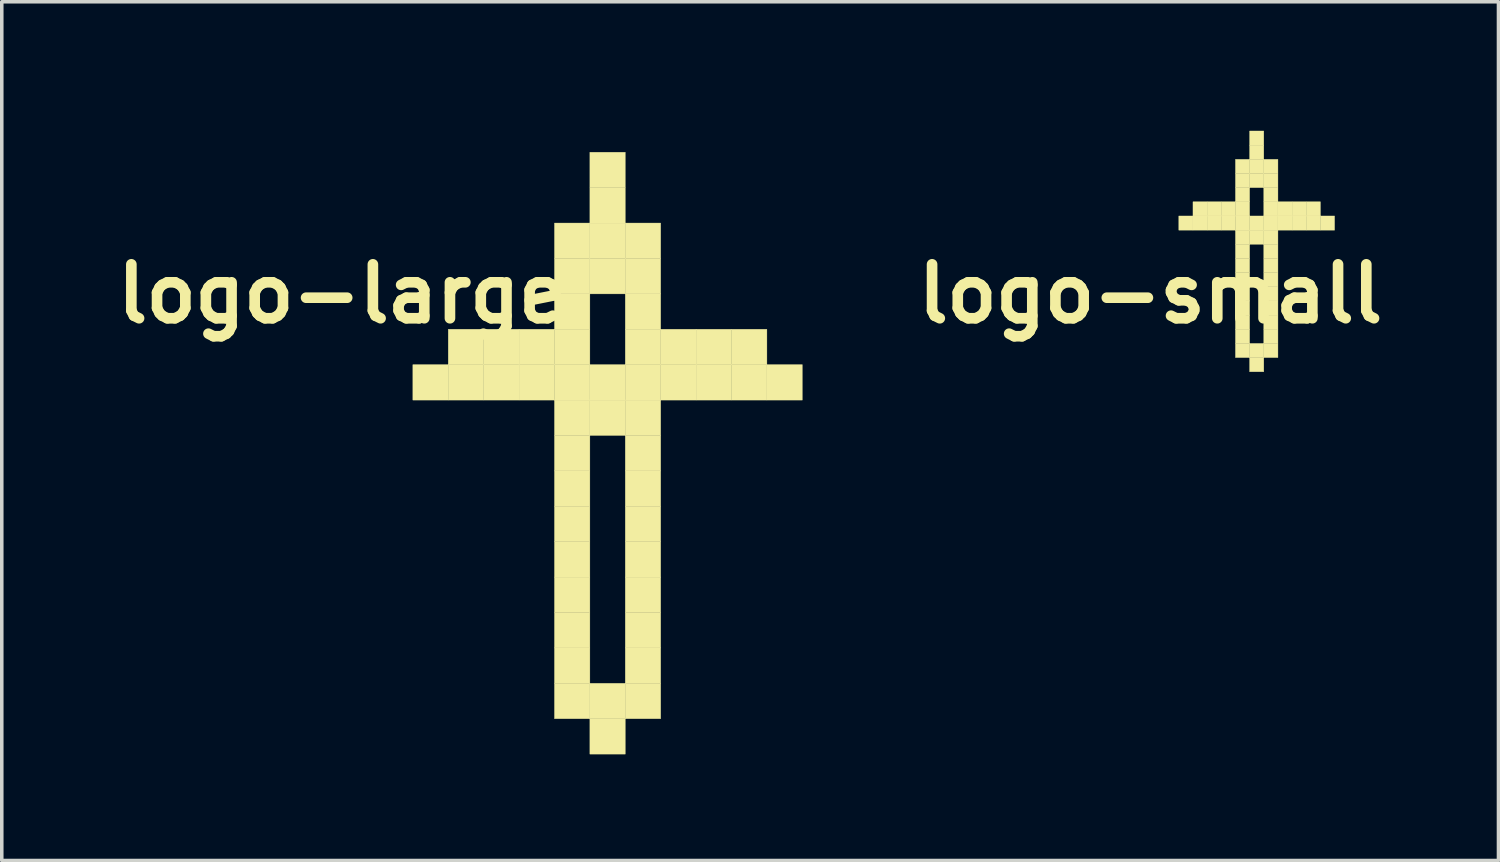
<source format=kicad_pcb>
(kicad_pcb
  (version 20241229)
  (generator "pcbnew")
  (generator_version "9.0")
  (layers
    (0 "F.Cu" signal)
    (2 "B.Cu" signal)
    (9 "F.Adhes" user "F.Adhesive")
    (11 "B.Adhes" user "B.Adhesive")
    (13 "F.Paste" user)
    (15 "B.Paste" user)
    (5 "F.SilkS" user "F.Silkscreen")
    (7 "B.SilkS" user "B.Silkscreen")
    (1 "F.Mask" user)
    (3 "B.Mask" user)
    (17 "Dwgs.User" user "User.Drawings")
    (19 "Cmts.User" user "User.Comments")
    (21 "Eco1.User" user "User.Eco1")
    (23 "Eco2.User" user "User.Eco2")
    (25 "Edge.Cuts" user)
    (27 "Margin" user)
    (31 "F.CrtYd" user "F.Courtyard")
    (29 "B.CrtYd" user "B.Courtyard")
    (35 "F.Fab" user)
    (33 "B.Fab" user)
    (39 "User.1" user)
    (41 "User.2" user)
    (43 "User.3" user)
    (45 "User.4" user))
  (footprint "logo-small"
    (layer "F.Cu")
    (at 29.445 0.25)
    (property "Reference" "logo-small" (at 0 5 0) (layer "F.SilkS") (effects (font (size 1.524 1.524) (thickness 0.3))))
    (attr through_hole)
    (fp_poly (pts (xy 0.8 2.8) (xy 1.2 2.8) (xy 1.2 3.2) (xy 0.8 3.2) (xy 0.8 2.8)) (stroke (width 0.01) (type solid)) (fill yes) (layer "F.SilkS"))
    (fp_poly (pts (xy 1.2 2.4) (xy 1.6 2.4) (xy 1.6 2.8) (xy 1.2 2.8) (xy 1.2 2.4)) (stroke (width 0.01) (type solid)) (fill yes) (layer "F.SilkS"))
    (fp_poly (pts (xy 1.2 2.8) (xy 1.6 2.8) (xy 1.6 3.2) (xy 1.2 3.2) (xy 1.2 2.8)) (stroke (width 0.01) (type solid)) (fill yes) (layer "F.SilkS"))
    (fp_poly (pts (xy 1.6 2.4) (xy 2 2.4) (xy 2 2.8) (xy 1.6 2.8) (xy 1.6 2.4)) (stroke (width 0.01) (type solid)) (fill yes) (layer "F.SilkS"))
    (fp_poly (pts (xy 1.6 2.8) (xy 2 2.8) (xy 2 3.2) (xy 1.6 3.2) (xy 1.6 2.8)) (stroke (width 0.01) (type solid)) (fill yes) (layer "F.SilkS"))
    (fp_poly (pts (xy 2 2.4) (xy 2.4 2.4) (xy 2.4 2.8) (xy 2 2.8) (xy 2 2.4)) (stroke (width 0.01) (type solid)) (fill yes) (layer "F.SilkS"))
    (fp_poly (pts (xy 2 2.8) (xy 2.4 2.8) (xy 2.4 3.2) (xy 2 3.2) (xy 2 2.8)) (stroke (width 0.01) (type solid)) (fill yes) (layer "F.SilkS"))
    (fp_poly (pts (xy 2.4 1.2) (xy 2.8 1.2) (xy 2.8 1.6) (xy 2.4 1.6) (xy 2.4 1.2)) (stroke (width 0.01) (type solid)) (fill yes) (layer "F.SilkS"))
    (fp_poly (pts (xy 2.4 1.6) (xy 2.8 1.6) (xy 2.8 2) (xy 2.4 2) (xy 2.4 1.6)) (stroke (width 0.01) (type solid)) (fill yes) (layer "F.SilkS"))
    (fp_poly (pts (xy 2.4 2) (xy 2.8 2) (xy 2.8 2.4) (xy 2.4 2.4) (xy 2.4 2)) (stroke (width 0.01) (type solid)) (fill yes) (layer "F.SilkS"))
    (fp_poly (pts (xy 2.4 2.4) (xy 2.8 2.4) (xy 2.8 2.8) (xy 2.4 2.8) (xy 2.4 2.4)) (stroke (width 0.01) (type solid)) (fill yes) (layer "F.SilkS"))
    (fp_poly (pts (xy 2.4 2.8) (xy 2.8 2.8) (xy 2.8 3.2) (xy 2.4 3.2) (xy 2.4 2.8)) (stroke (width 0.01) (type solid)) (fill yes) (layer "F.SilkS"))
    (fp_poly (pts (xy 2.4 3.2) (xy 2.8 3.2) (xy 2.8 3.6) (xy 2.4 3.6) (xy 2.4 3.2)) (stroke (width 0.01) (type solid)) (fill yes) (layer "F.SilkS"))
    (fp_poly (pts (xy 2.4 3.6) (xy 2.8 3.6) (xy 2.8 4) (xy 2.4 4) (xy 2.4 3.6)) (stroke (width 0.01) (type solid)) (fill yes) (layer "F.SilkS"))
    (fp_poly (pts (xy 2.4 4) (xy 2.8 4) (xy 2.8 4.4) (xy 2.4 4.4) (xy 2.4 4)) (stroke (width 0.01) (type solid)) (fill yes) (layer "F.SilkS"))
    (fp_poly (pts (xy 2.4 4.4) (xy 2.8 4.4) (xy 2.8 4.8) (xy 2.4 4.8) (xy 2.4 4.4)) (stroke (width 0.01) (type solid)) (fill yes) (layer "F.SilkS"))
    (fp_poly (pts (xy 2.4 4.8) (xy 2.8 4.8) (xy 2.8 5.2) (xy 2.4 5.2) (xy 2.4 4.8)) (stroke (width 0.01) (type solid)) (fill yes) (layer "F.SilkS"))
    (fp_poly (pts (xy 2.4 5.2) (xy 2.8 5.2) (xy 2.8 5.6) (xy 2.4 5.6) (xy 2.4 5.2)) (stroke (width 0.01) (type solid)) (fill yes) (layer "F.SilkS"))
    (fp_poly (pts (xy 2.4 5.6) (xy 2.8 5.6) (xy 2.8 6) (xy 2.4 6) (xy 2.4 5.6)) (stroke (width 0.01) (type solid)) (fill yes) (layer "F.SilkS"))
    (fp_poly (pts (xy 2.4 6) (xy 2.8 6) (xy 2.8 6.4) (xy 2.4 6.4) (xy 2.4 6)) (stroke (width 0.01) (type solid)) (fill yes) (layer "F.SilkS"))
    (fp_poly (pts (xy 2.4 6.4) (xy 2.8 6.4) (xy 2.8 6.8) (xy 2.4 6.8) (xy 2.4 6.4)) (stroke (width 0.01) (type solid)) (fill yes) (layer "F.SilkS"))
    (fp_poly (pts (xy 2.8 0.4) (xy 3.2 0.4) (xy 3.2 0.8) (xy 2.8 0.8) (xy 2.8 0.4)) (stroke (width 0.01) (type solid)) (fill yes) (layer "F.SilkS"))
    (fp_poly (pts (xy 2.8 0.8) (xy 3.2 0.8) (xy 3.2 1.2) (xy 2.8 1.2) (xy 2.8 0.8)) (stroke (width 0.01) (type solid)) (fill yes) (layer "F.SilkS"))
    (fp_poly (pts (xy 2.8 1.2) (xy 3.2 1.2) (xy 3.2 1.6) (xy 2.8 1.6) (xy 2.8 1.2)) (stroke (width 0.01) (type solid)) (fill yes) (layer "F.SilkS"))
    (fp_poly (pts (xy 2.8 1.6) (xy 3.2 1.6) (xy 3.2 2) (xy 2.8 2) (xy 2.8 1.6)) (stroke (width 0.01) (type solid)) (fill yes) (layer "F.SilkS"))
    (fp_poly (pts (xy 2.8 2.8) (xy 3.2 2.8) (xy 3.2 3.2) (xy 2.8 3.2) (xy 2.8 2.8)) (stroke (width 0.01) (type solid)) (fill yes) (layer "F.SilkS"))
    (fp_poly (pts (xy 2.8 3.2) (xy 3.2 3.2) (xy 3.2 3.6) (xy 2.8 3.6) (xy 2.8 3.2)) (stroke (width 0.01) (type solid)) (fill yes) (layer "F.SilkS"))
    (fp_poly (pts (xy 2.8 6.4) (xy 3.2 6.4) (xy 3.2 6.8) (xy 2.8 6.8) (xy 2.8 6.4)) (stroke (width 0.01) (type solid)) (fill yes) (layer "F.SilkS"))
    (fp_poly (pts (xy 2.8 6.8) (xy 3.2 6.8) (xy 3.2 7.2) (xy 2.8 7.2) (xy 2.8 6.8)) (stroke (width 0.01) (type solid)) (fill yes) (layer "F.SilkS"))
    (fp_poly (pts (xy 3.2 1.2) (xy 3.6 1.2) (xy 3.6 1.6) (xy 3.2 1.6) (xy 3.2 1.2)) (stroke (width 0.01) (type solid)) (fill yes) (layer "F.SilkS"))
    (fp_poly (pts (xy 3.2 1.6) (xy 3.6 1.6) (xy 3.6 2) (xy 3.2 2) (xy 3.2 1.6)) (stroke (width 0.01) (type solid)) (fill yes) (layer "F.SilkS"))
    (fp_poly (pts (xy 3.2 2) (xy 3.6 2) (xy 3.6 2.4) (xy 3.2 2.4) (xy 3.2 2)) (stroke (width 0.01) (type solid)) (fill yes) (layer "F.SilkS"))
    (fp_poly (pts (xy 3.2 2.4) (xy 3.6 2.4) (xy 3.6 2.8) (xy 3.2 2.8) (xy 3.2 2.4)) (stroke (width 0.01) (type solid)) (fill yes) (layer "F.SilkS"))
    (fp_poly (pts (xy 3.2 2.8) (xy 3.6 2.8) (xy 3.6 3.2) (xy 3.2 3.2) (xy 3.2 2.8)) (stroke (width 0.01) (type solid)) (fill yes) (layer "F.SilkS"))
    (fp_poly (pts (xy 3.2 3.2) (xy 3.6 3.2) (xy 3.6 3.6) (xy 3.2 3.6) (xy 3.2 3.2)) (stroke (width 0.01) (type solid)) (fill yes) (layer "F.SilkS"))
    (fp_poly (pts (xy 3.2 3.6) (xy 3.6 3.6) (xy 3.6 4) (xy 3.2 4) (xy 3.2 3.6)) (stroke (width 0.01) (type solid)) (fill yes) (layer "F.SilkS"))
    (fp_poly (pts (xy 3.2 4) (xy 3.6 4) (xy 3.6 4.4) (xy 3.2 4.4) (xy 3.2 4)) (stroke (width 0.01) (type solid)) (fill yes) (layer "F.SilkS"))
    (fp_poly (pts (xy 3.2 4.4) (xy 3.6 4.4) (xy 3.6 4.8) (xy 3.2 4.8) (xy 3.2 4.4)) (stroke (width 0.01) (type solid)) (fill yes) (layer "F.SilkS"))
    (fp_poly (pts (xy 3.2 4.8) (xy 3.6 4.8) (xy 3.6 5.2) (xy 3.2 5.2) (xy 3.2 4.8)) (stroke (width 0.01) (type solid)) (fill yes) (layer "F.SilkS"))
    (fp_poly (pts (xy 3.2 5.2) (xy 3.6 5.2) (xy 3.6 5.6) (xy 3.2 5.6) (xy 3.2 5.2)) (stroke (width 0.01) (type solid)) (fill yes) (layer "F.SilkS"))
    (fp_poly (pts (xy 3.2 5.6) (xy 3.6 5.6) (xy 3.6 6) (xy 3.2 6) (xy 3.2 5.6)) (stroke (width 0.01) (type solid)) (fill yes) (layer "F.SilkS"))
    (fp_poly (pts (xy 3.2 6) (xy 3.6 6) (xy 3.6 6.4) (xy 3.2 6.4) (xy 3.2 6)) (stroke (width 0.01) (type solid)) (fill yes) (layer "F.SilkS"))
    (fp_poly (pts (xy 3.2 6.4) (xy 3.6 6.4) (xy 3.6 6.8) (xy 3.2 6.8) (xy 3.2 6.4)) (stroke (width 0.01) (type solid)) (fill yes) (layer "F.SilkS"))
    (fp_poly (pts (xy 3.6 2.4) (xy 4 2.4) (xy 4 2.8) (xy 3.6 2.8) (xy 3.6 2.4)) (stroke (width 0.01) (type solid)) (fill yes) (layer "F.SilkS"))
    (fp_poly (pts (xy 3.6 2.8) (xy 4 2.8) (xy 4 3.2) (xy 3.6 3.2) (xy 3.6 2.8)) (stroke (width 0.01) (type solid)) (fill yes) (layer "F.SilkS"))
    (fp_poly (pts (xy 4 2.4) (xy 4.4 2.4) (xy 4.4 2.8) (xy 4 2.8) (xy 4 2.4)) (stroke (width 0.01) (type solid)) (fill yes) (layer "F.SilkS"))
    (fp_poly (pts (xy 4 2.8) (xy 4.4 2.8) (xy 4.4 3.2) (xy 4 3.2) (xy 4 2.8)) (stroke (width 0.01) (type solid)) (fill yes) (layer "F.SilkS"))
    (fp_poly (pts (xy 4.4 2.4) (xy 4.8 2.4) (xy 4.8 2.8) (xy 4.4 2.8) (xy 4.4 2.4)) (stroke (width 0.01) (type solid)) (fill yes) (layer "F.SilkS"))
    (fp_poly (pts (xy 4.4 2.8) (xy 4.8 2.8) (xy 4.8 3.2) (xy 4.4 3.2) (xy 4.4 2.8)) (stroke (width 0.01) (type solid)) (fill yes) (layer "F.SilkS"))
    (fp_poly (pts (xy 4.8 2.8) (xy 5.2 2.8) (xy 5.2 3.2) (xy 4.8 3.2) (xy 4.8 2.8)) (stroke (width 0.01) (type solid)) (fill yes) (layer "F.SilkS")))
  (footprint "logo-large"
    (layer "F.Cu")
    (at 6.611 0.25)
    (property "Reference" "logo-large" (at 0 5 0) (layer "F.SilkS") (effects (font (size 1.524 1.524) (thickness 0.3))))
    (attr through_hole)
    (fp_poly (pts (xy 2 7) (xy 3 7) (xy 3 8) (xy 2 8) (xy 2 7)) (stroke (width 0.01) (type solid)) (fill yes) (layer "F.SilkS"))
    (fp_poly (pts (xy 3 6) (xy 4 6) (xy 4 7) (xy 3 7) (xy 3 6)) (stroke (width 0.01) (type solid)) (fill yes) (layer "F.SilkS"))
    (fp_poly (pts (xy 3 7) (xy 4 7) (xy 4 8) (xy 3 8) (xy 3 7)) (stroke (width 0.01) (type solid)) (fill yes) (layer "F.SilkS"))
    (fp_poly (pts (xy 4 6) (xy 5 6) (xy 5 7) (xy 4 7) (xy 4 6)) (stroke (width 0.01) (type solid)) (fill yes) (layer "F.SilkS"))
    (fp_poly (pts (xy 4 7) (xy 5 7) (xy 5 8) (xy 4 8) (xy 4 7)) (stroke (width 0.01) (type solid)) (fill yes) (layer "F.SilkS"))
    (fp_poly (pts (xy 5 6) (xy 6 6) (xy 6 7) (xy 5 7) (xy 5 6)) (stroke (width 0.01) (type solid)) (fill yes) (layer "F.SilkS"))
    (fp_poly (pts (xy 5 7) (xy 6 7) (xy 6 8) (xy 5 8) (xy 5 7)) (stroke (width 0.01) (type solid)) (fill yes) (layer "F.SilkS"))
    (fp_poly (pts (xy 6 3) (xy 7 3) (xy 7 4) (xy 6 4) (xy 6 3)) (stroke (width 0.01) (type solid)) (fill yes) (layer "F.SilkS"))
    (fp_poly (pts (xy 6 4) (xy 7 4) (xy 7 5) (xy 6 5) (xy 6 4)) (stroke (width 0.01) (type solid)) (fill yes) (layer "F.SilkS"))
    (fp_poly (pts (xy 6 5) (xy 7 5) (xy 7 6) (xy 6 6) (xy 6 5)) (stroke (width 0.01) (type solid)) (fill yes) (layer "F.SilkS"))
    (fp_poly (pts (xy 6 6) (xy 7 6) (xy 7 7) (xy 6 7) (xy 6 6)) (stroke (width 0.01) (type solid)) (fill yes) (layer "F.SilkS"))
    (fp_poly (pts (xy 6 7) (xy 7 7) (xy 7 8) (xy 6 8) (xy 6 7)) (stroke (width 0.01) (type solid)) (fill yes) (layer "F.SilkS"))
    (fp_poly (pts (xy 6 8) (xy 7 8) (xy 7 9) (xy 6 9) (xy 6 8)) (stroke (width 0.01) (type solid)) (fill yes) (layer "F.SilkS"))
    (fp_poly (pts (xy 6 9) (xy 7 9) (xy 7 10) (xy 6 10) (xy 6 9)) (stroke (width 0.01) (type solid)) (fill yes) (layer "F.SilkS"))
    (fp_poly (pts (xy 6 10) (xy 7 10) (xy 7 11) (xy 6 11) (xy 6 10)) (stroke (width 0.01) (type solid)) (fill yes) (layer "F.SilkS"))
    (fp_poly (pts (xy 6 11) (xy 7 11) (xy 7 12) (xy 6 12) (xy 6 11)) (stroke (width 0.01) (type solid)) (fill yes) (layer "F.SilkS"))
    (fp_poly (pts (xy 6 12) (xy 7 12) (xy 7 13) (xy 6 13) (xy 6 12)) (stroke (width 0.01) (type solid)) (fill yes) (layer "F.SilkS"))
    (fp_poly (pts (xy 6 13) (xy 7 13) (xy 7 14) (xy 6 14) (xy 6 13)) (stroke (width 0.01) (type solid)) (fill yes) (layer "F.SilkS"))
    (fp_poly (pts (xy 6 14) (xy 7 14) (xy 7 15) (xy 6 15) (xy 6 14)) (stroke (width 0.01) (type solid)) (fill yes) (layer "F.SilkS"))
    (fp_poly (pts (xy 6 15) (xy 7 15) (xy 7 16) (xy 6 16) (xy 6 15)) (stroke (width 0.01) (type solid)) (fill yes) (layer "F.SilkS"))
    (fp_poly (pts (xy 6 16) (xy 7 16) (xy 7 17) (xy 6 17) (xy 6 16)) (stroke (width 0.01) (type solid)) (fill yes) (layer "F.SilkS"))
    (fp_poly (pts (xy 7 1) (xy 8 1) (xy 8 2) (xy 7 2) (xy 7 1)) (stroke (width 0.01) (type solid)) (fill yes) (layer "F.SilkS"))
    (fp_poly (pts (xy 7 2) (xy 8 2) (xy 8 3) (xy 7 3) (xy 7 2)) (stroke (width 0.01) (type solid)) (fill yes) (layer "F.SilkS"))
    (fp_poly (pts (xy 7 3) (xy 8 3) (xy 8 4) (xy 7 4) (xy 7 3)) (stroke (width 0.01) (type solid)) (fill yes) (layer "F.SilkS"))
    (fp_poly (pts (xy 7 4) (xy 8 4) (xy 8 5) (xy 7 5) (xy 7 4)) (stroke (width 0.01) (type solid)) (fill yes) (layer "F.SilkS"))
    (fp_poly (pts (xy 7 7) (xy 8 7) (xy 8 8) (xy 7 8) (xy 7 7)) (stroke (width 0.01) (type solid)) (fill yes) (layer "F.SilkS"))
    (fp_poly (pts (xy 7 8) (xy 8 8) (xy 8 9) (xy 7 9) (xy 7 8)) (stroke (width 0.01) (type solid)) (fill yes) (layer "F.SilkS"))
    (fp_poly (pts (xy 7 16) (xy 8 16) (xy 8 17) (xy 7 17) (xy 7 16)) (stroke (width 0.01) (type solid)) (fill yes) (layer "F.SilkS"))
    (fp_poly (pts (xy 7 17) (xy 8 17) (xy 8 18) (xy 7 18) (xy 7 17)) (stroke (width 0.01) (type solid)) (fill yes) (layer "F.SilkS"))
    (fp_poly (pts (xy 8 3) (xy 9 3) (xy 9 4) (xy 8 4) (xy 8 3)) (stroke (width 0.01) (type solid)) (fill yes) (layer "F.SilkS"))
    (fp_poly (pts (xy 8 4) (xy 9 4) (xy 9 5) (xy 8 5) (xy 8 4)) (stroke (width 0.01) (type solid)) (fill yes) (layer "F.SilkS"))
    (fp_poly (pts (xy 8 5) (xy 9 5) (xy 9 6) (xy 8 6) (xy 8 5)) (stroke (width 0.01) (type solid)) (fill yes) (layer "F.SilkS"))
    (fp_poly (pts (xy 8 6) (xy 9 6) (xy 9 7) (xy 8 7) (xy 8 6)) (stroke (width 0.01) (type solid)) (fill yes) (layer "F.SilkS"))
    (fp_poly (pts (xy 8 7) (xy 9 7) (xy 9 8) (xy 8 8) (xy 8 7)) (stroke (width 0.01) (type solid)) (fill yes) (layer "F.SilkS"))
    (fp_poly (pts (xy 8 8) (xy 9 8) (xy 9 9) (xy 8 9) (xy 8 8)) (stroke (width 0.01) (type solid)) (fill yes) (layer "F.SilkS"))
    (fp_poly (pts (xy 8 9) (xy 9 9) (xy 9 10) (xy 8 10) (xy 8 9)) (stroke (width 0.01) (type solid)) (fill yes) (layer "F.SilkS"))
    (fp_poly (pts (xy 8 10) (xy 9 10) (xy 9 11) (xy 8 11) (xy 8 10)) (stroke (width 0.01) (type solid)) (fill yes) (layer "F.SilkS"))
    (fp_poly (pts (xy 8 11) (xy 9 11) (xy 9 12) (xy 8 12) (xy 8 11)) (stroke (width 0.01) (type solid)) (fill yes) (layer "F.SilkS"))
    (fp_poly (pts (xy 8 12) (xy 9 12) (xy 9 13) (xy 8 13) (xy 8 12)) (stroke (width 0.01) (type solid)) (fill yes) (layer "F.SilkS"))
    (fp_poly (pts (xy 8 13) (xy 9 13) (xy 9 14) (xy 8 14) (xy 8 13)) (stroke (width 0.01) (type solid)) (fill yes) (layer "F.SilkS"))
    (fp_poly (pts (xy 8 14) (xy 9 14) (xy 9 15) (xy 8 15) (xy 8 14)) (stroke (width 0.01) (type solid)) (fill yes) (layer "F.SilkS"))
    (fp_poly (pts (xy 8 15) (xy 9 15) (xy 9 16) (xy 8 16) (xy 8 15)) (stroke (width 0.01) (type solid)) (fill yes) (layer "F.SilkS"))
    (fp_poly (pts (xy 8 16) (xy 9 16) (xy 9 17) (xy 8 17) (xy 8 16)) (stroke (width 0.01) (type solid)) (fill yes) (layer "F.SilkS"))
    (fp_poly (pts (xy 9 6) (xy 10 6) (xy 10 7) (xy 9 7) (xy 9 6)) (stroke (width 0.01) (type solid)) (fill yes) (layer "F.SilkS"))
    (fp_poly (pts (xy 9 7) (xy 10 7) (xy 10 8) (xy 9 8) (xy 9 7)) (stroke (width 0.01) (type solid)) (fill yes) (layer "F.SilkS"))
    (fp_poly (pts (xy 10 6) (xy 11 6) (xy 11 7) (xy 10 7) (xy 10 6)) (stroke (width 0.01) (type solid)) (fill yes) (layer "F.SilkS"))
    (fp_poly (pts (xy 10 7) (xy 11 7) (xy 11 8) (xy 10 8) (xy 10 7)) (stroke (width 0.01) (type solid)) (fill yes) (layer "F.SilkS"))
    (fp_poly (pts (xy 11 6) (xy 12 6) (xy 12 7) (xy 11 7) (xy 11 6)) (stroke (width 0.01) (type solid)) (fill yes) (layer "F.SilkS"))
    (fp_poly (pts (xy 11 7) (xy 12 7) (xy 12 8) (xy 11 8) (xy 11 7)) (stroke (width 0.01) (type solid)) (fill yes) (layer "F.SilkS"))
    (fp_poly (pts (xy 12 7) (xy 13 7) (xy 13 8) (xy 12 8) (xy 12 7)) (stroke (width 0.01) (type solid)) (fill yes) (layer "F.SilkS")))
  (gr_rect
    (start -3 -3)
    (end 39.274 21.255)
    (stroke (width 0.1) (type default))
    (fill no)
    (layer "Edge.Cuts")))
</source>
